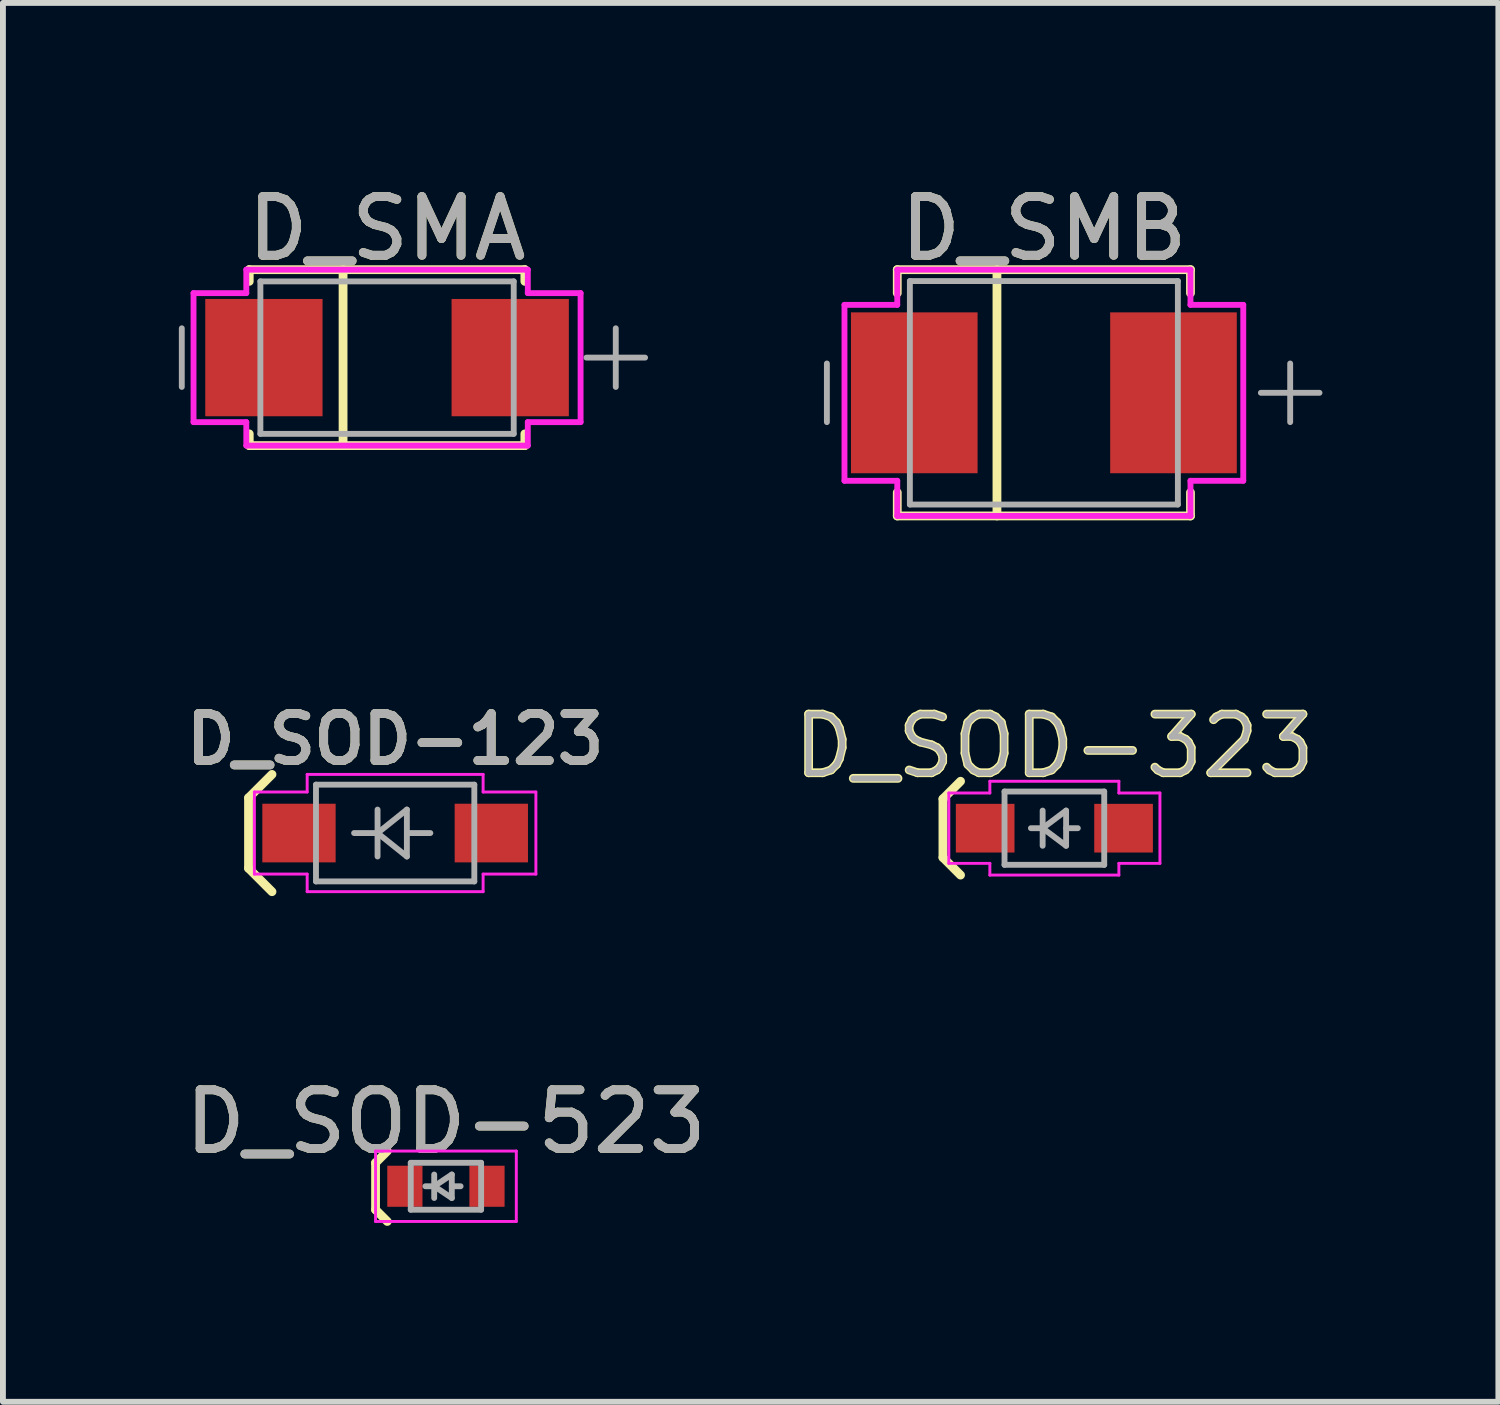
<source format=kicad_pcb>
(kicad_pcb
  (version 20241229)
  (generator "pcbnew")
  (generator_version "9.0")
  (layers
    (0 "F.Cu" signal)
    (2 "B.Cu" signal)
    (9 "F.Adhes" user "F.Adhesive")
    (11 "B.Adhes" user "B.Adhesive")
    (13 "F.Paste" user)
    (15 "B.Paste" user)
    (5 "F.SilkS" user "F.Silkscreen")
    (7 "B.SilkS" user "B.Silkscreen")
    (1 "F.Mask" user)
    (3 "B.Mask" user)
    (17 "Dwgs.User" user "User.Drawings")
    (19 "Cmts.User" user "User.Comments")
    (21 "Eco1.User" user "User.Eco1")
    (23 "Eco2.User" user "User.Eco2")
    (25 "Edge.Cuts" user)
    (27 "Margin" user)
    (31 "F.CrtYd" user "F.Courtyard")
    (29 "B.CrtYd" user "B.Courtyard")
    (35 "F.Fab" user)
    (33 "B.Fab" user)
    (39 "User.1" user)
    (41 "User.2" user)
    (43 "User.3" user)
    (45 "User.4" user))
  (footprint "D_SOD-123"
    (layer "F.Cu")
    (at 3.688 11.155)
    (property "Reference" "D_SOD-123" (at 0 -1.6 0) (layer "F.SilkS") (effects (font (size 0.8 0.8) (thickness 0.15))))
    (attr smd)
    (fp_line (start -2.5 -0.6) (end -2.5 0.6) (stroke (width 0.15) (type solid)) (layer "F.SilkS"))
    (fp_line (start -2.5 -0.6) (end -2.1 -1) (stroke (width 0.15) (type solid)) (layer "F.SilkS"))
    (fp_line (start -2.5 0.6) (end -2.1 1) (stroke (width 0.15) (type solid)) (layer "F.SilkS"))
    (fp_line (start -2.4 -0.7) (end -1.5 -0.7) (stroke (width 0.05) (type solid)) (layer "F.CrtYd"))
    (fp_line (start -2.4 0.7) (end -2.4 -0.7) (stroke (width 0.05) (type solid)) (layer "F.CrtYd"))
    (fp_line (start -1.5 -1) (end 1.5 -1) (stroke (width 0.05) (type solid)) (layer "F.CrtYd"))
    (fp_line (start -1.5 -0.7) (end -1.5 -1) (stroke (width 0.05) (type solid)) (layer "F.CrtYd"))
    (fp_line (start -1.5 0.7) (end -2.4 0.7) (stroke (width 0.05) (type solid)) (layer "F.CrtYd"))
    (fp_line (start -1.5 1) (end -1.5 0.7) (stroke (width 0.05) (type solid)) (layer "F.CrtYd"))
    (fp_line (start 1.5 -1) (end 1.5 -0.7) (stroke (width 0.05) (type solid)) (layer "F.CrtYd"))
    (fp_line (start 1.5 -0.7) (end 2.4 -0.7) (stroke (width 0.05) (type solid)) (layer "F.CrtYd"))
    (fp_line (start 1.5 0.7) (end 1.5 1) (stroke (width 0.05) (type solid)) (layer "F.CrtYd"))
    (fp_line (start 1.5 1) (end -1.5 1) (stroke (width 0.05) (type solid)) (layer "F.CrtYd"))
    (fp_line (start 2.4 -0.7) (end 2.4 0.7) (stroke (width 0.05) (type solid)) (layer "F.CrtYd"))
    (fp_line (start 2.4 0.7) (end 1.5 0.7) (stroke (width 0.05) (type solid)) (layer "F.CrtYd"))
    (fp_line (start -1.35 -0.825) (end 1.35 -0.825) (stroke (width 0.1) (type solid)) (layer "F.Fab"))
    (fp_line (start -1.35 0.825) (end -1.35 -0.825) (stroke (width 0.1) (type solid)) (layer "F.Fab"))
    (fp_line (start -1.35 0.825) (end 1.35 0.825) (stroke (width 0.1) (type solid)) (layer "F.Fab"))
    (fp_line (start -0.3 0) (end -0.7 0) (stroke (width 0.1) (type solid)) (layer "F.Fab"))
    (fp_line (start -0.3 0) (end 0.2 0.4) (stroke (width 0.1) (type solid)) (layer "F.Fab"))
    (fp_line (start -0.3 0.4) (end -0.3 -0.4) (stroke (width 0.1) (type solid)) (layer "F.Fab"))
    (fp_line (start 0.2 -0.4) (end -0.3 0) (stroke (width 0.1) (type solid)) (layer "F.Fab"))
    (fp_line (start 0.2 0) (end 0.6 0) (stroke (width 0.1) (type solid)) (layer "F.Fab"))
    (fp_line (start 0.2 0.4) (end 0.2 -0.4) (stroke (width 0.1) (type solid)) (layer "F.Fab"))
    (fp_line (start 1.35 0.825) (end 1.35 -0.825) (stroke (width 0.1) (type solid)) (layer "F.Fab"))
    (fp_text user "${REFERENCE}" (at 0 -1.6 0) (layer "F.Fab") (effects (font (size 0.8 0.8) (thickness 0.15))))
    (pad "A" smd rect (at 1.64 0 180) (size 1.25 1) (layers "F.Cu" "F.Mask" "F.Paste"))
    (pad "K" smd rect (at -1.64 0 180) (size 1.25 1) (layers "F.Cu" "F.Mask" "F.Paste")))
  (footprint "D_SMB"
    (layer "F.Cu")
    (at 14.75 3.648)
    (property "Reference" "D_SMB" (at 0 -2.8 0) (layer "F.SilkS") (effects (font (size 1 1) (thickness 0.15))))
    (attr smd)
    (fp_line (start -2.5 -2.1) (end 2.5 -2.1) (stroke (width 0.15) (type solid)) (layer "F.SilkS"))
    (fp_line (start -2.5 -1.7) (end -2.5 -2.1) (stroke (width 0.15) (type solid)) (layer "F.SilkS"))
    (fp_line (start -2.5 2.1) (end -2.5 1.7) (stroke (width 0.15) (type solid)) (layer "F.SilkS"))
    (fp_line (start -2.5 2.1) (end 2.5 2.1) (stroke (width 0.15) (type solid)) (layer "F.SilkS"))
    (fp_line (start -0.8 2.1) (end -0.8 -2.1) (stroke (width 0.15) (type solid)) (layer "F.SilkS"))
    (fp_line (start 2.5 -1.7) (end 2.5 -2.1) (stroke (width 0.15) (type solid)) (layer "F.SilkS"))
    (fp_line (start 2.5 2.1) (end 2.5 1.7) (stroke (width 0.15) (type solid)) (layer "F.SilkS"))
    (fp_line (start -3.4 -1.5) (end -2.5 -1.5) (stroke (width 0.1) (type solid)) (layer "F.CrtYd"))
    (fp_line (start -3.4 1.5) (end -3.4 -1.5) (stroke (width 0.1) (type solid)) (layer "F.CrtYd"))
    (fp_line (start -2.5 -2.1) (end 2.5 -2.1) (stroke (width 0.1) (type solid)) (layer "F.CrtYd"))
    (fp_line (start -2.5 -1.5) (end -2.5 -2.1) (stroke (width 0.1) (type solid)) (layer "F.CrtYd"))
    (fp_line (start -2.5 1.5) (end -3.4 1.5) (stroke (width 0.1) (type solid)) (layer "F.CrtYd"))
    (fp_line (start -2.5 2.1) (end -2.5 1.5) (stroke (width 0.1) (type solid)) (layer "F.CrtYd"))
    (fp_line (start 2.5 -2.1) (end 2.5 -1.5) (stroke (width 0.1) (type solid)) (layer "F.CrtYd"))
    (fp_line (start 2.5 -1.5) (end 3.4 -1.5) (stroke (width 0.1) (type solid)) (layer "F.CrtYd"))
    (fp_line (start 2.5 1.5) (end 2.5 2.1) (stroke (width 0.1) (type solid)) (layer "F.CrtYd"))
    (fp_line (start 2.5 2.1) (end -2.5 2.1) (stroke (width 0.1) (type solid)) (layer "F.CrtYd"))
    (fp_line (start 3.4 -1.5) (end 3.4 1.5) (stroke (width 0.1) (type solid)) (layer "F.CrtYd"))
    (fp_line (start 3.4 1.5) (end 2.5 1.5) (stroke (width 0.1) (type solid)) (layer "F.CrtYd"))
    (fp_line (start -3.7 0.5) (end -3.7 -0.5) (stroke (width 0.1) (type solid)) (layer "F.Fab"))
    (fp_line (start -2.285 -1.905) (end 2.285 -1.905) (stroke (width 0.1) (type solid)) (layer "F.Fab"))
    (fp_line (start -2.285 1.905) (end -2.285 -1.905) (stroke (width 0.1) (type solid)) (layer "F.Fab"))
    (fp_line (start -2.285 1.905) (end 2.285 1.905) (stroke (width 0.1) (type solid)) (layer "F.Fab"))
    (fp_line (start 2.285 1.905) (end 2.285 -1.905) (stroke (width 0.1) (type solid)) (layer "F.Fab"))
    (fp_line (start 3.7 0) (end 4.7 0) (stroke (width 0.1) (type solid)) (layer "F.Fab"))
    (fp_line (start 4.2 0.5) (end 4.2 -0.5) (stroke (width 0.1) (type solid)) (layer "F.Fab"))
    (fp_text user "${REFERENCE}" (at 0 -2.8 0) (layer "F.Fab") (effects (font (size 1 1) (thickness 0.15))))
    (pad "A" smd rect (at 2.21 0 270) (size 2.743 2.159) (layers "F.Cu" "F.Mask" "F.Paste"))
    (pad "K" smd rect (at -2.21 0 270) (size 2.743 2.159) (layers "F.Cu" "F.Mask" "F.Paste")))
  (footprint "D_SOD-323"
    (layer "F.Cu")
    (at 14.929 11.072)
    (property "Reference" "D_SOD-323" (at 0 -1.4 0) (layer "F.SilkS") (effects (font (size 1 1) (thickness 0.15))))
    (attr smd)
    (fp_line (start -1.9 -0.5) (end -1.9 0.5) (stroke (width 0.15) (type solid)) (layer "F.SilkS"))
    (fp_line (start -1.9 -0.5) (end -1.6 -0.8) (stroke (width 0.15) (type solid)) (layer "F.SilkS"))
    (fp_line (start -1.9 0.5) (end -1.6 0.8) (stroke (width 0.15) (type solid)) (layer "F.SilkS"))
    (fp_line (start -1.8 -0.6) (end -1.8 0.6) (stroke (width 0.05) (type solid)) (layer "F.CrtYd"))
    (fp_line (start -1.8 0.6) (end -1.1 0.6) (stroke (width 0.05) (type solid)) (layer "F.CrtYd"))
    (fp_line (start -1.1 -0.8) (end -1.1 -0.6) (stroke (width 0.05) (type solid)) (layer "F.CrtYd"))
    (fp_line (start -1.1 -0.6) (end -1.8 -0.6) (stroke (width 0.05) (type solid)) (layer "F.CrtYd"))
    (fp_line (start -1.1 0.6) (end -1.1 0.8) (stroke (width 0.05) (type solid)) (layer "F.CrtYd"))
    (fp_line (start -1.1 0.8) (end 1.1 0.8) (stroke (width 0.05) (type solid)) (layer "F.CrtYd"))
    (fp_line (start 1.1 -0.8) (end -1.1 -0.8) (stroke (width 0.05) (type solid)) (layer "F.CrtYd"))
    (fp_line (start 1.1 -0.6) (end 1.1 -0.8) (stroke (width 0.05) (type solid)) (layer "F.CrtYd"))
    (fp_line (start 1.1 0.6) (end 1.8 0.6) (stroke (width 0.05) (type solid)) (layer "F.CrtYd"))
    (fp_line (start 1.1 0.8) (end 1.1 0.6) (stroke (width 0.05) (type solid)) (layer "F.CrtYd"))
    (fp_line (start 1.8 -0.6) (end 1.1 -0.6) (stroke (width 0.05) (type solid)) (layer "F.CrtYd"))
    (fp_line (start 1.8 0.6) (end 1.8 -0.6) (stroke (width 0.05) (type solid)) (layer "F.CrtYd"))
    (fp_line (start -0.85 -0.625) (end 0.85 -0.625) (stroke (width 0.1) (type solid)) (layer "F.Fab"))
    (fp_line (start -0.85 0.625) (end -0.85 -0.625) (stroke (width 0.1) (type solid)) (layer "F.Fab"))
    (fp_line (start -0.85 0.625) (end 0.85 0.625) (stroke (width 0.1) (type solid)) (layer "F.Fab"))
    (fp_line (start -0.2 0) (end -0.4 0) (stroke (width 0.1) (type solid)) (layer "F.Fab"))
    (fp_line (start -0.2 0) (end 0.2 0.3) (stroke (width 0.1) (type solid)) (layer "F.Fab"))
    (fp_line (start -0.2 0.3) (end -0.2 -0.3) (stroke (width 0.1) (type solid)) (layer "F.Fab"))
    (fp_line (start 0.2 -0.3) (end -0.2 0) (stroke (width 0.1) (type solid)) (layer "F.Fab"))
    (fp_line (start 0.2 0) (end 0.4 0) (stroke (width 0.1) (type solid)) (layer "F.Fab"))
    (fp_line (start 0.2 0.3) (end 0.2 -0.3) (stroke (width 0.1) (type solid)) (layer "F.Fab"))
    (fp_line (start 0.85 0.625) (end 0.85 -0.625) (stroke (width 0.1) (type solid)) (layer "F.Fab"))
    (fp_text user "${REFERENCE}" (at 0 -1.4 0) (layer "F.Fab") (effects (font (size 1 1) (thickness 0.1))))
    (pad "A" smd rect (at 1.18 0) (size 1 0.83) (layers "F.Cu" "F.Mask" "F.Paste"))
    (pad "K" smd rect (at -1.18 0) (size 1 0.83) (layers "F.Cu" "F.Mask" "F.Paste")))
  (footprint "D_SMA"
    (layer "F.Cu")
    (at 3.55 3.048)
    (property "Reference" "D_SMA" (at 0 -2.2 0) (layer "F.SilkS") (effects (font (size 1 1) (thickness 0.15))))
    (attr smd)
    (fp_line (start -2.35 -1.5) (end 2.35 -1.5) (stroke (width 0.15) (type solid)) (layer "F.SilkS"))
    (fp_line (start -2.35 -1.3) (end -2.35 -1.5) (stroke (width 0.15) (type solid)) (layer "F.SilkS"))
    (fp_line (start -2.35 1.5) (end -2.35 1.3) (stroke (width 0.15) (type solid)) (layer "F.SilkS"))
    (fp_line (start -2.35 1.5) (end 2.35 1.5) (stroke (width 0.15) (type solid)) (layer "F.SilkS"))
    (fp_line (start -0.75 1.5) (end -0.75 -1.5) (stroke (width 0.15) (type solid)) (layer "F.SilkS"))
    (fp_line (start 2.35 -1.3) (end 2.35 -1.5) (stroke (width 0.15) (type solid)) (layer "F.SilkS"))
    (fp_line (start 2.35 1.5) (end 2.35 1.3) (stroke (width 0.15) (type solid)) (layer "F.SilkS"))
    (fp_line (start -3.3 -1.1) (end -2.4 -1.1) (stroke (width 0.1) (type solid)) (layer "F.CrtYd"))
    (fp_line (start -3.3 1.1) (end -3.3 -1.1) (stroke (width 0.1) (type solid)) (layer "F.CrtYd"))
    (fp_line (start -2.4 -1.5) (end 2.4 -1.5) (stroke (width 0.1) (type solid)) (layer "F.CrtYd"))
    (fp_line (start -2.4 -1.1) (end -2.4 -1.5) (stroke (width 0.1) (type solid)) (layer "F.CrtYd"))
    (fp_line (start -2.4 1.1) (end -3.3 1.1) (stroke (width 0.1) (type solid)) (layer "F.CrtYd"))
    (fp_line (start -2.4 1.5) (end -2.4 1.1) (stroke (width 0.1) (type solid)) (layer "F.CrtYd"))
    (fp_line (start 2.4 -1.5) (end 2.4 -1.1) (stroke (width 0.1) (type solid)) (layer "F.CrtYd"))
    (fp_line (start 2.4 -1.1) (end 3.3 -1.1) (stroke (width 0.1) (type solid)) (layer "F.CrtYd"))
    (fp_line (start 2.4 1.1) (end 2.4 1.5) (stroke (width 0.1) (type solid)) (layer "F.CrtYd"))
    (fp_line (start 2.4 1.5) (end -2.4 1.5) (stroke (width 0.1) (type solid)) (layer "F.CrtYd"))
    (fp_line (start 3.3 -1.1) (end 3.3 1.1) (stroke (width 0.1) (type solid)) (layer "F.CrtYd"))
    (fp_line (start 3.3 1.1) (end 2.4 1.1) (stroke (width 0.1) (type solid)) (layer "F.CrtYd"))
    (fp_line (start -3.5 0.5) (end -3.5 -0.5) (stroke (width 0.1) (type solid)) (layer "F.Fab"))
    (fp_line (start -2.16 -1.3) (end 2.16 -1.3) (stroke (width 0.1) (type solid)) (layer "F.Fab"))
    (fp_line (start -2.16 1.3) (end -2.16 -1.3) (stroke (width 0.1) (type solid)) (layer "F.Fab"))
    (fp_line (start -2.16 1.3) (end 2.16 1.3) (stroke (width 0.1) (type solid)) (layer "F.Fab"))
    (fp_line (start 2.16 1.3) (end 2.16 -1.3) (stroke (width 0.1) (type solid)) (layer "F.Fab"))
    (fp_line (start 3.4 0) (end 4.4 0) (stroke (width 0.1) (type solid)) (layer "F.Fab"))
    (fp_line (start 3.9 0.5) (end 3.9 -0.5) (stroke (width 0.1) (type solid)) (layer "F.Fab"))
    (fp_text user "${REFERENCE}" (at 0 -2.2 0) (layer "F.Fab") (effects (font (size 1 1) (thickness 0.15))))
    (pad "A" smd rect (at 2.1 0 270) (size 2 2) (layers "F.Cu" "F.Mask" "F.Paste"))
    (pad "K" smd rect (at -2.1 0 270) (size 2 2) (layers "F.Cu" "F.Mask" "F.Paste")))
  (footprint "D_SOD-523"
    (layer "F.Cu")
    (at 4.554 17.178)
    (property "Reference" "D_SOD-523" (at 0 -1.1 0) (layer "F.SilkS") (effects (font (size 1 1) (thickness 0.15))))
    (attr smd)
    (fp_line (start -1.2 -0.4) (end -1.2 0.4) (stroke (width 0.15) (type solid)) (layer "F.SilkS"))
    (fp_line (start -1.2 -0.4) (end -1 -0.6) (stroke (width 0.15) (type solid)) (layer "F.SilkS"))
    (fp_line (start -1.2 0.4) (end -1 0.6) (stroke (width 0.15) (type solid)) (layer "F.SilkS"))
    (fp_line (start -1.2 -0.6) (end -1.2 0.6) (stroke (width 0.05) (type solid)) (layer "F.CrtYd"))
    (fp_line (start -1.2 0.6) (end 1.2 0.6) (stroke (width 0.05) (type solid)) (layer "F.CrtYd"))
    (fp_line (start 1.2 -0.6) (end -1.2 -0.6) (stroke (width 0.05) (type solid)) (layer "F.CrtYd"))
    (fp_line (start 1.2 0.6) (end 1.2 -0.6) (stroke (width 0.05) (type solid)) (layer "F.CrtYd"))
    (fp_line (start -0.6 -0.4) (end 0.6 -0.4) (stroke (width 0.1) (type solid)) (layer "F.Fab"))
    (fp_line (start -0.6 0.4) (end -0.6 -0.4) (stroke (width 0.1) (type solid)) (layer "F.Fab"))
    (fp_line (start -0.2 0) (end -0.35 0) (stroke (width 0.1) (type solid)) (layer "F.Fab"))
    (fp_line (start -0.2 0) (end 0.1 0.2) (stroke (width 0.1) (type solid)) (layer "F.Fab"))
    (fp_line (start -0.2 0.2) (end -0.2 -0.2) (stroke (width 0.1) (type solid)) (layer "F.Fab"))
    (fp_line (start 0.1 -0.2) (end -0.2 0) (stroke (width 0.1) (type solid)) (layer "F.Fab"))
    (fp_line (start 0.1 0) (end 0.25 0) (stroke (width 0.1) (type solid)) (layer "F.Fab"))
    (fp_line (start 0.1 0.2) (end 0.1 -0.2) (stroke (width 0.1) (type solid)) (layer "F.Fab"))
    (fp_line (start 0.6 -0.4) (end 0.6 0.4) (stroke (width 0.1) (type solid)) (layer "F.Fab"))
    (fp_line (start 0.6 0.4) (end -0.6 0.4) (stroke (width 0.1) (type solid)) (layer "F.Fab"))
    (fp_text user "${REFERENCE}" (at 0 -1.1 0) (layer "F.Fab") (effects (font (size 1 1) (thickness 0.15))))
    (pad "A" smd rect (at 0.7 0 180) (size 0.6 0.7) (layers "F.Cu" "F.Mask" "F.Paste"))
    (pad "K" smd rect (at -0.7 0 180) (size 0.6 0.7) (layers "F.Cu" "F.Mask" "F.Paste")))
  (gr_rect
    (start -3 -3)
    (end 22.5 20.853)
    (stroke (width 0.1) (type default))
    (fill no)
    (layer "Edge.Cuts")))
</source>
